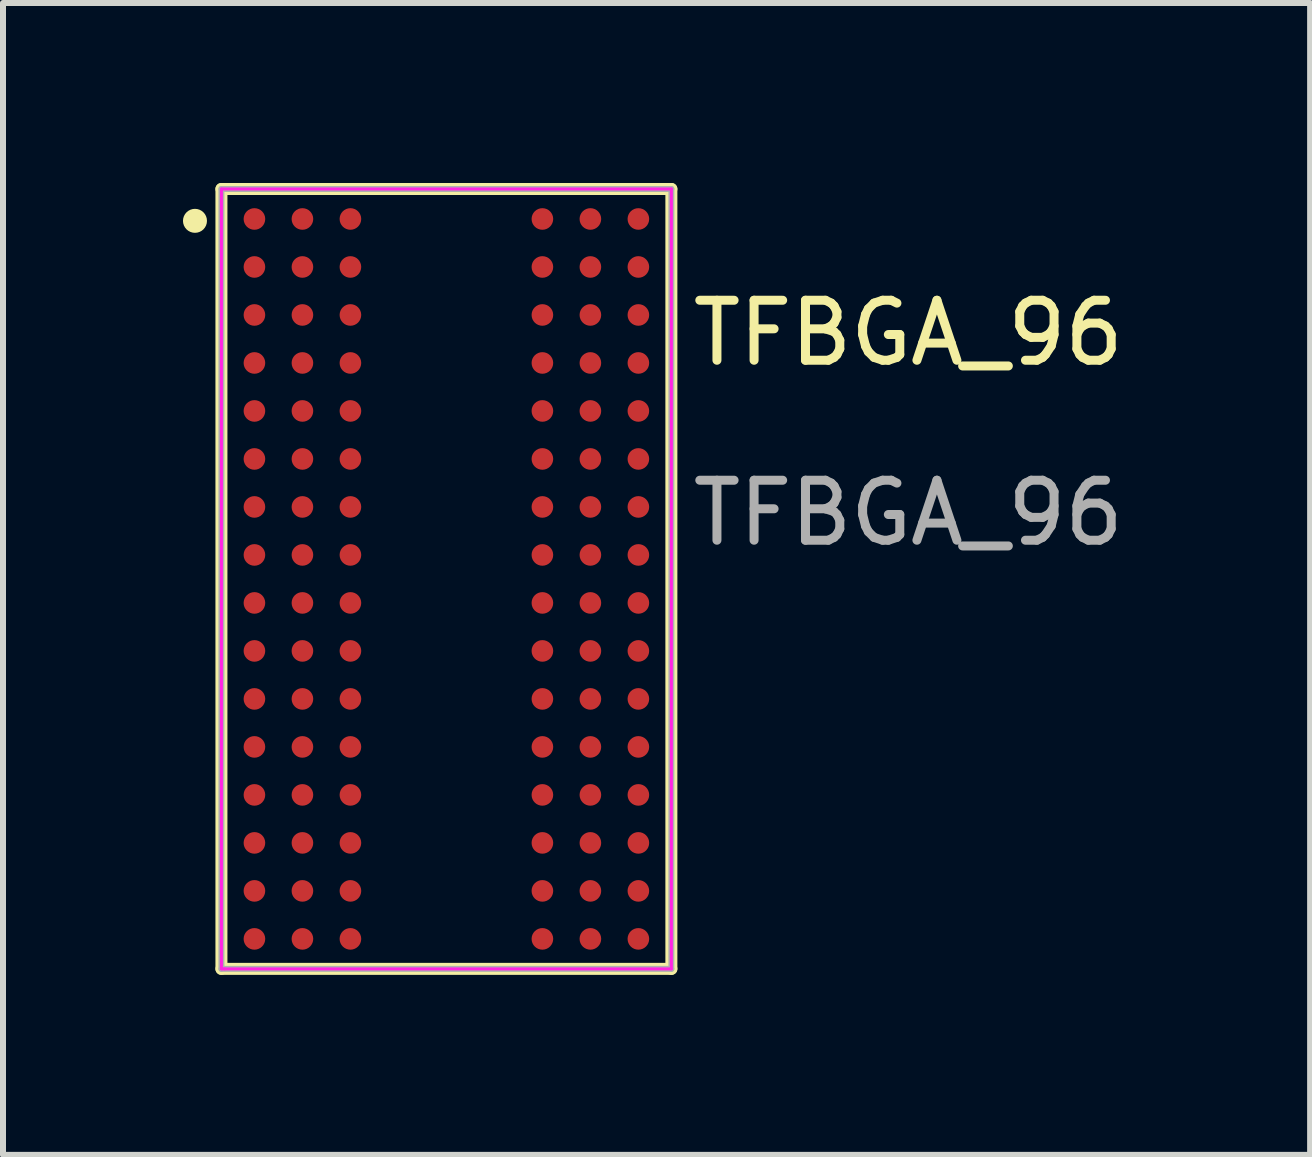
<source format=kicad_pcb>
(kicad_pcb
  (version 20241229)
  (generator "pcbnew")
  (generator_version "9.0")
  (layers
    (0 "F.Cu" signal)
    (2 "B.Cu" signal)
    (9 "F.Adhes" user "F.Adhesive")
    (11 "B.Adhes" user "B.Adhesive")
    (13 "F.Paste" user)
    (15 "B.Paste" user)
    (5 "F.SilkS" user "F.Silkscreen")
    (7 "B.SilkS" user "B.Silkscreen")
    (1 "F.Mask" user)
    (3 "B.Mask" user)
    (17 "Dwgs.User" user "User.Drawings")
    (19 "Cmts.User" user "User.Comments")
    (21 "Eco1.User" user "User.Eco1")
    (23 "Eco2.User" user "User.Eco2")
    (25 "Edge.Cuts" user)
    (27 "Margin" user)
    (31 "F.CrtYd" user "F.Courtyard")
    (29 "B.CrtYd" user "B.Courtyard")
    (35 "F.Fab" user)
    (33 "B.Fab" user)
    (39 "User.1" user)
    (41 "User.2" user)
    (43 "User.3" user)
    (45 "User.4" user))
  (footprint "TFBGA_96"
    (layer "F.Cu")
    (at 4.391 6.2)
    (property "Reference" "TFBGA_96" (at 7.7 -3.7 0) (unlocked yes) (layer "F.SilkS") (effects (font (size 1 1) (thickness 0.15))))
    (fp_line (start -3.75 -6.1) (end 3.75 -6.1) (stroke (width 0.2) (type solid)) (layer "F.SilkS"))
    (fp_line (start -3.75 6.9) (end -3.75 -6.1) (stroke (width 0.2) (type solid)) (layer "F.SilkS"))
    (fp_line (start 3.75 -6.1) (end 3.75 6.9) (stroke (width 0.2) (type solid)) (layer "F.SilkS"))
    (fp_line (start 3.75 6.9) (end -3.75 6.9) (stroke (width 0.2) (type solid)) (layer "F.SilkS"))
    (fp_circle (center -4.191 -5.569) (end -4.191 -5.469) (stroke (width 0.2) (type solid)) (fill no) (layer "F.SilkS"))
    (fp_line (start -3.75 -6.1) (end 3.75 -6.1) (stroke (width 0.05) (type solid)) (layer "F.CrtYd"))
    (fp_line (start -3.75 6.9) (end -3.75 -6.1) (stroke (width 0.05) (type solid)) (layer "F.CrtYd"))
    (fp_line (start -3.7 6.9) (end -3.75 6.9) (stroke (width 0.05) (type solid)) (layer "F.CrtYd"))
    (fp_line (start 3.75 -6.1) (end 3.75 6.9) (stroke (width 0.05) (type solid)) (layer "F.CrtYd"))
    (fp_line (start 3.75 6.9) (end -3.7 6.9) (stroke (width 0.05) (type solid)) (layer "F.CrtYd"))
    (fp_line (start -3.75 -6.1) (end 3.7 -6.1) (stroke (width 0.1) (type solid)) (layer "F.Fab"))
    (fp_line (start -3.75 6.9) (end -3.75 -6.1) (stroke (width 0.1) (type solid)) (layer "F.Fab"))
    (fp_line (start 3.7 -6.1) (end 3.75 -6.1) (stroke (width 0.1) (type solid)) (layer "F.Fab"))
    (fp_line (start 3.75 -6.1) (end 3.75 6.9) (stroke (width 0.1) (type solid)) (layer "F.Fab"))
    (fp_line (start 3.75 6.9) (end -3.75 6.9) (stroke (width 0.1) (type solid)) (layer "F.Fab"))
    (fp_text user "${REFERENCE}" (at 7.7 -0.7 0) (unlocked yes) (layer "F.Fab") (effects (font (size 1 1) (thickness 0.15))))
    (pad "A1" smd circle (at -3.2 -5.6 270) (size 0.36 0.36) (layers "F.Cu" "F.Mask" "F.Paste"))
    (pad "A2" smd circle (at -2.4 -5.6 270) (size 0.36 0.36) (layers "F.Cu" "F.Mask" "F.Paste"))
    (pad "A3" smd circle (at -1.6 -5.6 270) (size 0.36 0.36) (layers "F.Cu" "F.Mask" "F.Paste"))
    (pad "A7" smd circle (at 1.6 -5.6 270) (size 0.36 0.36) (layers "F.Cu" "F.Mask" "F.Paste"))
    (pad "A8" smd circle (at 2.4 -5.6 270) (size 0.36 0.36) (layers "F.Cu" "F.Mask" "F.Paste"))
    (pad "A9" smd circle (at 3.2 -5.6 270) (size 0.36 0.36) (layers "F.Cu" "F.Mask" "F.Paste"))
    (pad "B1" smd circle (at -3.2 -4.8 270) (size 0.36 0.36) (layers "F.Cu" "F.Mask" "F.Paste"))
    (pad "B2" smd circle (at -2.4 -4.8 270) (size 0.36 0.36) (layers "F.Cu" "F.Mask" "F.Paste"))
    (pad "B3" smd circle (at -1.6 -4.8 270) (size 0.36 0.36) (layers "F.Cu" "F.Mask" "F.Paste"))
    (pad "B7" smd circle (at 1.6 -4.8 270) (size 0.36 0.36) (layers "F.Cu" "F.Mask" "F.Paste"))
    (pad "B8" smd circle (at 2.4 -4.8 270) (size 0.36 0.36) (layers "F.Cu" "F.Mask" "F.Paste"))
    (pad "B9" smd circle (at 3.2 -4.8 270) (size 0.36 0.36) (layers "F.Cu" "F.Mask" "F.Paste"))
    (pad "C1" smd circle (at -3.2 -4 270) (size 0.36 0.36) (layers "F.Cu" "F.Mask" "F.Paste"))
    (pad "C2" smd circle (at -2.4 -4 270) (size 0.36 0.36) (layers "F.Cu" "F.Mask" "F.Paste"))
    (pad "C3" smd circle (at -1.6 -4 270) (size 0.36 0.36) (layers "F.Cu" "F.Mask" "F.Paste"))
    (pad "C7" smd circle (at 1.6 -4 270) (size 0.36 0.36) (layers "F.Cu" "F.Mask" "F.Paste"))
    (pad "C8" smd circle (at 2.4 -4 270) (size 0.36 0.36) (layers "F.Cu" "F.Mask" "F.Paste"))
    (pad "C9" smd circle (at 3.2 -4 270) (size 0.36 0.36) (layers "F.Cu" "F.Mask" "F.Paste"))
    (pad "D1" smd circle (at -3.2 -3.2 270) (size 0.36 0.36) (layers "F.Cu" "F.Mask" "F.Paste"))
    (pad "D2" smd circle (at -2.4 -3.2 270) (size 0.36 0.36) (layers "F.Cu" "F.Mask" "F.Paste"))
    (pad "D3" smd circle (at -1.6 -3.2 270) (size 0.36 0.36) (layers "F.Cu" "F.Mask" "F.Paste"))
    (pad "D7" smd circle (at 1.6 -3.2 270) (size 0.36 0.36) (layers "F.Cu" "F.Mask" "F.Paste"))
    (pad "D8" smd circle (at 2.4 -3.2 270) (size 0.36 0.36) (layers "F.Cu" "F.Mask" "F.Paste"))
    (pad "D9" smd circle (at 3.2 -3.2 270) (size 0.36 0.36) (layers "F.Cu" "F.Mask" "F.Paste"))
    (pad "E1" smd circle (at -3.2 -2.4 270) (size 0.36 0.36) (layers "F.Cu" "F.Mask" "F.Paste"))
    (pad "E2" smd circle (at -2.4 -2.4 270) (size 0.36 0.36) (layers "F.Cu" "F.Mask" "F.Paste"))
    (pad "E3" smd circle (at -1.6 -2.4 270) (size 0.36 0.36) (layers "F.Cu" "F.Mask" "F.Paste"))
    (pad "E7" smd circle (at 1.6 -2.4 270) (size 0.36 0.36) (layers "F.Cu" "F.Mask" "F.Paste"))
    (pad "E8" smd circle (at 2.4 -2.4 270) (size 0.36 0.36) (layers "F.Cu" "F.Mask" "F.Paste"))
    (pad "E9" smd circle (at 3.2 -2.4 270) (size 0.36 0.36) (layers "F.Cu" "F.Mask" "F.Paste"))
    (pad "F1" smd circle (at -3.2 -1.6 270) (size 0.36 0.36) (layers "F.Cu" "F.Mask" "F.Paste"))
    (pad "F2" smd circle (at -2.4 -1.6 270) (size 0.36 0.36) (layers "F.Cu" "F.Mask" "F.Paste"))
    (pad "F3" smd circle (at -1.6 -1.6 270) (size 0.36 0.36) (layers "F.Cu" "F.Mask" "F.Paste"))
    (pad "F7" smd circle (at 1.6 -1.6 270) (size 0.36 0.36) (layers "F.Cu" "F.Mask" "F.Paste"))
    (pad "F8" smd circle (at 2.4 -1.6 270) (size 0.36 0.36) (layers "F.Cu" "F.Mask" "F.Paste"))
    (pad "F9" smd circle (at 3.2 -1.6 270) (size 0.36 0.36) (layers "F.Cu" "F.Mask" "F.Paste"))
    (pad "G1" smd circle (at -3.2 -0.8 270) (size 0.36 0.36) (layers "F.Cu" "F.Mask" "F.Paste"))
    (pad "G2" smd circle (at -2.4 -0.8 270) (size 0.36 0.36) (layers "F.Cu" "F.Mask" "F.Paste"))
    (pad "G3" smd circle (at -1.6 -0.8 270) (size 0.36 0.36) (layers "F.Cu" "F.Mask" "F.Paste"))
    (pad "G7" smd circle (at 1.6 -0.8 270) (size 0.36 0.36) (layers "F.Cu" "F.Mask" "F.Paste"))
    (pad "G8" smd circle (at 2.4 -0.8 270) (size 0.36 0.36) (layers "F.Cu" "F.Mask" "F.Paste"))
    (pad "G9" smd circle (at 3.2 -0.8 270) (size 0.36 0.36) (layers "F.Cu" "F.Mask" "F.Paste"))
    (pad "H1" smd circle (at -3.2 0 270) (size 0.36 0.36) (layers "F.Cu" "F.Mask" "F.Paste"))
    (pad "H2" smd circle (at -2.4 0 270) (size 0.36 0.36) (layers "F.Cu" "F.Mask" "F.Paste"))
    (pad "H3" smd circle (at -1.6 0 270) (size 0.36 0.36) (layers "F.Cu" "F.Mask" "F.Paste"))
    (pad "H7" smd circle (at 1.6 0 270) (size 0.36 0.36) (layers "F.Cu" "F.Mask" "F.Paste"))
    (pad "H8" smd circle (at 2.4 0 270) (size 0.36 0.36) (layers "F.Cu" "F.Mask" "F.Paste"))
    (pad "H9" smd circle (at 3.2 0 270) (size 0.36 0.36) (layers "F.Cu" "F.Mask" "F.Paste"))
    (pad "J1" smd circle (at -3.2 0.8 270) (size 0.36 0.36) (layers "F.Cu" "F.Mask" "F.Paste"))
    (pad "J2" smd circle (at -2.4 0.8 270) (size 0.36 0.36) (layers "F.Cu" "F.Mask" "F.Paste"))
    (pad "J3" smd circle (at -1.6 0.8 270) (size 0.36 0.36) (layers "F.Cu" "F.Mask" "F.Paste"))
    (pad "J7" smd circle (at 1.6 0.8 270) (size 0.36 0.36) (layers "F.Cu" "F.Mask" "F.Paste"))
    (pad "J8" smd circle (at 2.4 0.8 270) (size 0.36 0.36) (layers "F.Cu" "F.Mask" "F.Paste"))
    (pad "J9" smd circle (at 3.2 0.8 270) (size 0.36 0.36) (layers "F.Cu" "F.Mask" "F.Paste"))
    (pad "K1" smd circle (at -3.2 1.6 270) (size 0.36 0.36) (layers "F.Cu" "F.Mask" "F.Paste"))
    (pad "K2" smd circle (at -2.4 1.6 270) (size 0.36 0.36) (layers "F.Cu" "F.Mask" "F.Paste"))
    (pad "K3" smd circle (at -1.6 1.6 270) (size 0.36 0.36) (layers "F.Cu" "F.Mask" "F.Paste"))
    (pad "K7" smd circle (at 1.6 1.6 270) (size 0.36 0.36) (layers "F.Cu" "F.Mask" "F.Paste"))
    (pad "K8" smd circle (at 2.4 1.6 270) (size 0.36 0.36) (layers "F.Cu" "F.Mask" "F.Paste"))
    (pad "K9" smd circle (at 3.2 1.6 270) (size 0.36 0.36) (layers "F.Cu" "F.Mask" "F.Paste"))
    (pad "L1" smd circle (at -3.2 2.4 270) (size 0.36 0.36) (layers "F.Cu" "F.Mask" "F.Paste"))
    (pad "L2" smd circle (at -2.4 2.4 270) (size 0.36 0.36) (layers "F.Cu" "F.Mask" "F.Paste"))
    (pad "L3" smd circle (at -1.6 2.4 270) (size 0.36 0.36) (layers "F.Cu" "F.Mask" "F.Paste"))
    (pad "L7" smd circle (at 1.6 2.4 270) (size 0.36 0.36) (layers "F.Cu" "F.Mask" "F.Paste"))
    (pad "L8" smd circle (at 2.4 2.4 270) (size 0.36 0.36) (layers "F.Cu" "F.Mask" "F.Paste"))
    (pad "L9" smd circle (at 3.2 2.4 270) (size 0.36 0.36) (layers "F.Cu" "F.Mask" "F.Paste"))
    (pad "M1" smd circle (at -3.2 3.2 270) (size 0.36 0.36) (layers "F.Cu" "F.Mask" "F.Paste"))
    (pad "M2" smd circle (at -2.4 3.2 270) (size 0.36 0.36) (layers "F.Cu" "F.Mask" "F.Paste"))
    (pad "M3" smd circle (at -1.6 3.2 270) (size 0.36 0.36) (layers "F.Cu" "F.Mask" "F.Paste"))
    (pad "M7" smd circle (at 1.6 3.2 270) (size 0.36 0.36) (layers "F.Cu" "F.Mask" "F.Paste"))
    (pad "M8" smd circle (at 2.4 3.2 270) (size 0.36 0.36) (layers "F.Cu" "F.Mask" "F.Paste"))
    (pad "M9" smd circle (at 3.2 3.2 270) (size 0.36 0.36) (layers "F.Cu" "F.Mask" "F.Paste"))
    (pad "N1" smd circle (at -3.2 4 270) (size 0.36 0.36) (layers "F.Cu" "F.Mask" "F.Paste"))
    (pad "N2" smd circle (at -2.4 4 270) (size 0.36 0.36) (layers "F.Cu" "F.Mask" "F.Paste"))
    (pad "N3" smd circle (at -1.6 4 270) (size 0.36 0.36) (layers "F.Cu" "F.Mask" "F.Paste"))
    (pad "N7" smd circle (at 1.6 4 270) (size 0.36 0.36) (layers "F.Cu" "F.Mask" "F.Paste"))
    (pad "N8" smd circle (at 2.4 4 270) (size 0.36 0.36) (layers "F.Cu" "F.Mask" "F.Paste"))
    (pad "N9" smd circle (at 3.2 4 270) (size 0.36 0.36) (layers "F.Cu" "F.Mask" "F.Paste"))
    (pad "P1" smd circle (at -3.2 4.8 270) (size 0.36 0.36) (layers "F.Cu" "F.Mask" "F.Paste"))
    (pad "P2" smd circle (at -2.4 4.8 270) (size 0.36 0.36) (layers "F.Cu" "F.Mask" "F.Paste"))
    (pad "P3" smd circle (at -1.6 4.8 270) (size 0.36 0.36) (layers "F.Cu" "F.Mask" "F.Paste"))
    (pad "P7" smd circle (at 1.6 4.8 270) (size 0.36 0.36) (layers "F.Cu" "F.Mask" "F.Paste"))
    (pad "P8" smd circle (at 2.4 4.8 270) (size 0.36 0.36) (layers "F.Cu" "F.Mask" "F.Paste"))
    (pad "P9" smd circle (at 3.2 4.8 270) (size 0.36 0.36) (layers "F.Cu" "F.Mask" "F.Paste"))
    (pad "R1" smd circle (at -3.2 5.6 270) (size 0.36 0.36) (layers "F.Cu" "F.Mask" "F.Paste"))
    (pad "R2" smd circle (at -2.4 5.6 270) (size 0.36 0.36) (layers "F.Cu" "F.Mask" "F.Paste"))
    (pad "R3" smd circle (at -1.6 5.6 270) (size 0.36 0.36) (layers "F.Cu" "F.Mask" "F.Paste"))
    (pad "R7" smd circle (at 1.6 5.6 270) (size 0.36 0.36) (layers "F.Cu" "F.Mask" "F.Paste"))
    (pad "R8" smd circle (at 2.4 5.6 270) (size 0.36 0.36) (layers "F.Cu" "F.Mask" "F.Paste"))
    (pad "R9" smd circle (at 3.2 5.6 270) (size 0.36 0.36) (layers "F.Cu" "F.Mask" "F.Paste"))
    (pad "T1" smd circle (at -3.2 6.4 270) (size 0.36 0.36) (layers "F.Cu" "F.Mask" "F.Paste"))
    (pad "T2" smd circle (at -2.4 6.4 270) (size 0.36 0.36) (layers "F.Cu" "F.Mask" "F.Paste"))
    (pad "T3" smd circle (at -1.6 6.4 270) (size 0.36 0.36) (layers "F.Cu" "F.Mask" "F.Paste"))
    (pad "T7" smd circle (at 1.6 6.4 270) (size 0.36 0.36) (layers "F.Cu" "F.Mask" "F.Paste"))
    (pad "T8" smd circle (at 2.4 6.4 270) (size 0.36 0.36) (layers "F.Cu" "F.Mask" "F.Paste"))
    (pad "T9" smd circle (at 3.2 6.4 270) (size 0.36 0.36) (layers "F.Cu" "F.Mask" "F.Paste")))
  (gr_rect
    (start -3 -3)
    (end 18.788 16.2)
    (stroke (width 0.1) (type default))
    (fill no)
    (layer "Edge.Cuts")))
</source>
